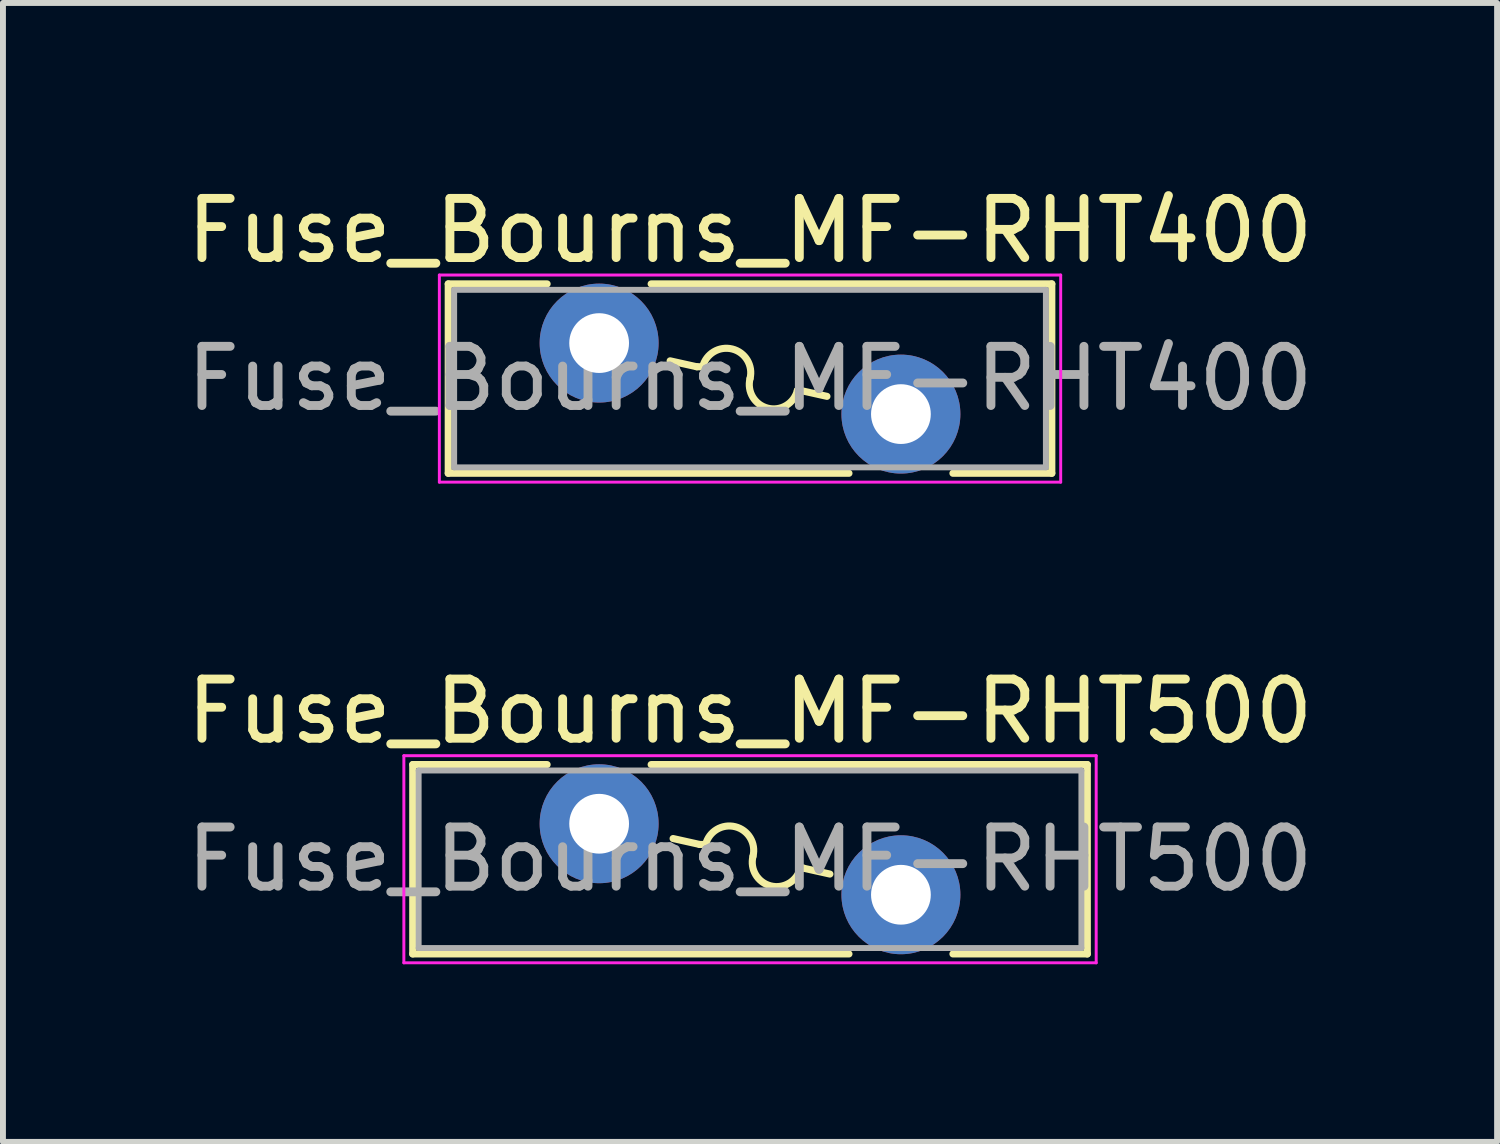
<source format=kicad_pcb>
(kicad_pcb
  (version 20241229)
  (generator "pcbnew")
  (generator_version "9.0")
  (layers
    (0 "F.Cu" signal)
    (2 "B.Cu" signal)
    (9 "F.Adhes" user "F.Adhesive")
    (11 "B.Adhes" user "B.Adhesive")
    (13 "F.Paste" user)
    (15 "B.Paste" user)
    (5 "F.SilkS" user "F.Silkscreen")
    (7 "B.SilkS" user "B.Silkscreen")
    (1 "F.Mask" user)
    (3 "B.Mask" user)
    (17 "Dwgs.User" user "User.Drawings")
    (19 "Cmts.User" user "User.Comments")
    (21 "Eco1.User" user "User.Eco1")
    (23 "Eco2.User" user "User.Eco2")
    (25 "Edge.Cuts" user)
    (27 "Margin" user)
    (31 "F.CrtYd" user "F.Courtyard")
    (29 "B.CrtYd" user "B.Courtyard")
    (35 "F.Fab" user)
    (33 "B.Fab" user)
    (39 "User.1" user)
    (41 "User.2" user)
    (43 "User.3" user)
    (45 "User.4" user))
  (footprint "Fuse_Bourns_MF-RHT500"
    (layer "F.Cu")
    (at 7.075 10.871)
    (property "Reference" "Fuse_Bourns_MF-RHT500" (at 2.55 -1.9 0) (layer "F.SilkS") (effects (font (size 1 1) (thickness 0.15))))
    (fp_line (start -3.15 -1) (end -3.15 2.2) (stroke (width 0.12) (type solid)) (layer "F.SilkS"))
    (fp_line (start -3.15 -1) (end -0.879 -1) (stroke (width 0.12) (type solid)) (layer "F.SilkS"))
    (fp_line (start -3.15 2.2) (end 4.222 2.2) (stroke (width 0.12) (type solid)) (layer "F.SilkS"))
    (fp_line (start 0.879 -1) (end 8.25 -1) (stroke (width 0.12) (type solid)) (layer "F.SilkS"))
    (fp_line (start 1.25 0.25) (end 1.7 0.35) (stroke (width 0.12) (type solid)) (layer "F.SilkS"))
    (fp_line (start 1.8 0.35) (end 1.7 0.35) (stroke (width 0.12) (type solid)) (layer "F.SilkS"))
    (fp_line (start 3.4 0.75) (end 3.45 0.75) (stroke (width 0.12) (type solid)) (layer "F.SilkS"))
    (fp_line (start 3.45 0.75) (end 3.9 0.85) (stroke (width 0.12) (type solid)) (layer "F.SilkS"))
    (fp_line (start 5.979 2.2) (end 8.25 2.2) (stroke (width 0.12) (type solid)) (layer "F.SilkS"))
    (fp_line (start 8.25 -1) (end 8.25 2.2) (stroke (width 0.12) (type solid)) (layer "F.SilkS"))
    (fp_arc (start 1.800001 0.350001) (mid 2.299999 0.050001) (end 2.599999 0.549999) (stroke (width 0.12) (type solid)) (layer "F.SilkS"))
    (fp_arc (start 3.399999 0.749999) (mid 2.900001 1.049999) (end 2.600001 0.550001) (stroke (width 0.12) (type solid)) (layer "F.SilkS"))
    (fp_line (start -3.3 -1.15) (end -3.3 2.35) (stroke (width 0.05) (type solid)) (layer "F.CrtYd"))
    (fp_line (start -3.3 2.35) (end 8.4 2.35) (stroke (width 0.05) (type solid)) (layer "F.CrtYd"))
    (fp_line (start 8.4 -1.15) (end -3.3 -1.15) (stroke (width 0.05) (type solid)) (layer "F.CrtYd"))
    (fp_line (start 8.4 2.35) (end 8.4 -1.15) (stroke (width 0.05) (type solid)) (layer "F.CrtYd"))
    (fp_line (start -3.05 -0.9) (end -3.05 2.1) (stroke (width 0.1) (type solid)) (layer "F.Fab"))
    (fp_line (start -3.05 2.1) (end 8.15 2.1) (stroke (width 0.1) (type solid)) (layer "F.Fab"))
    (fp_line (start 8.15 -0.9) (end -3.05 -0.9) (stroke (width 0.1) (type solid)) (layer "F.Fab"))
    (fp_line (start 8.15 2.1) (end 8.15 -0.9) (stroke (width 0.1) (type solid)) (layer "F.Fab"))
    (fp_text user "${REFERENCE}" (at 2.55 0.6 0) (layer "F.Fab") (effects (font (size 1 1) (thickness 0.15))))
    (pad "1" thru_hole circle (at 0 0) (size 2.01 2.01) (drill 1.01) (layers "*.Cu" "*.Mask"))
    (pad "2" thru_hole circle (at 5.1 1.2) (size 2.01 2.01) (drill 1.01) (layers "*.Cu" "*.Mask")))
  (footprint "Fuse_Bourns_MF-RHT400"
    (layer "F.Cu")
    (at 7.075 2.748)
    (property "Reference" "Fuse_Bourns_MF-RHT400" (at 2.55 -1.9 0) (layer "F.SilkS") (effects (font (size 1 1) (thickness 0.15))))
    (fp_line (start -2.55 -1) (end -2.55 2.2) (stroke (width 0.12) (type solid)) (layer "F.SilkS"))
    (fp_line (start -2.55 -1) (end -0.879 -1) (stroke (width 0.12) (type solid)) (layer "F.SilkS"))
    (fp_line (start -2.55 2.2) (end 4.222 2.2) (stroke (width 0.12) (type solid)) (layer "F.SilkS"))
    (fp_line (start 0.879 -1) (end 7.65 -1) (stroke (width 0.12) (type solid)) (layer "F.SilkS"))
    (fp_line (start 1.2 0.3) (end 1.65 0.4) (stroke (width 0.12) (type solid)) (layer "F.SilkS"))
    (fp_line (start 1.75 0.4) (end 1.65 0.4) (stroke (width 0.12) (type solid)) (layer "F.SilkS"))
    (fp_line (start 3.35 0.8) (end 3.4 0.8) (stroke (width 0.12) (type solid)) (layer "F.SilkS"))
    (fp_line (start 3.4 0.8) (end 3.85 0.9) (stroke (width 0.12) (type solid)) (layer "F.SilkS"))
    (fp_line (start 5.979 2.2) (end 7.65 2.2) (stroke (width 0.12) (type solid)) (layer "F.SilkS"))
    (fp_line (start 7.65 -1) (end 7.65 2.2) (stroke (width 0.12) (type solid)) (layer "F.SilkS"))
    (fp_arc (start 1.750001 0.400001) (mid 2.249999 0.100001) (end 2.549999 0.599999) (stroke (width 0.12) (type solid)) (layer "F.SilkS"))
    (fp_arc (start 3.349999 0.799999) (mid 2.850001 1.099999) (end 2.550001 0.600001) (stroke (width 0.12) (type solid)) (layer "F.SilkS"))
    (fp_line (start -2.7 -1.15) (end -2.7 2.35) (stroke (width 0.05) (type solid)) (layer "F.CrtYd"))
    (fp_line (start -2.7 2.35) (end 7.8 2.35) (stroke (width 0.05) (type solid)) (layer "F.CrtYd"))
    (fp_line (start 7.8 -1.15) (end -2.7 -1.15) (stroke (width 0.05) (type solid)) (layer "F.CrtYd"))
    (fp_line (start 7.8 2.35) (end 7.8 -1.15) (stroke (width 0.05) (type solid)) (layer "F.CrtYd"))
    (fp_line (start -2.45 -0.9) (end -2.45 2.1) (stroke (width 0.1) (type solid)) (layer "F.Fab"))
    (fp_line (start -2.45 2.1) (end 7.55 2.1) (stroke (width 0.1) (type solid)) (layer "F.Fab"))
    (fp_line (start 7.55 -0.9) (end -2.45 -0.9) (stroke (width 0.1) (type solid)) (layer "F.Fab"))
    (fp_line (start 7.55 2.1) (end 7.55 -0.9) (stroke (width 0.1) (type solid)) (layer "F.Fab"))
    (fp_text user "${REFERENCE}" (at 2.55 0.6 0) (layer "F.Fab") (effects (font (size 1 1) (thickness 0.15))))
    (pad "1" thru_hole circle (at 0 0) (size 2.01 2.01) (drill 1.01) (layers "*.Cu" "*.Mask"))
    (pad "2" thru_hole circle (at 5.1 1.2) (size 2.01 2.01) (drill 1.01) (layers "*.Cu" "*.Mask")))
  (gr_rect
    (start -3 -3)
    (end 22.25 16.247)
    (stroke (width 0.1) (type default))
    (fill no)
    (layer "Edge.Cuts")))
</source>
